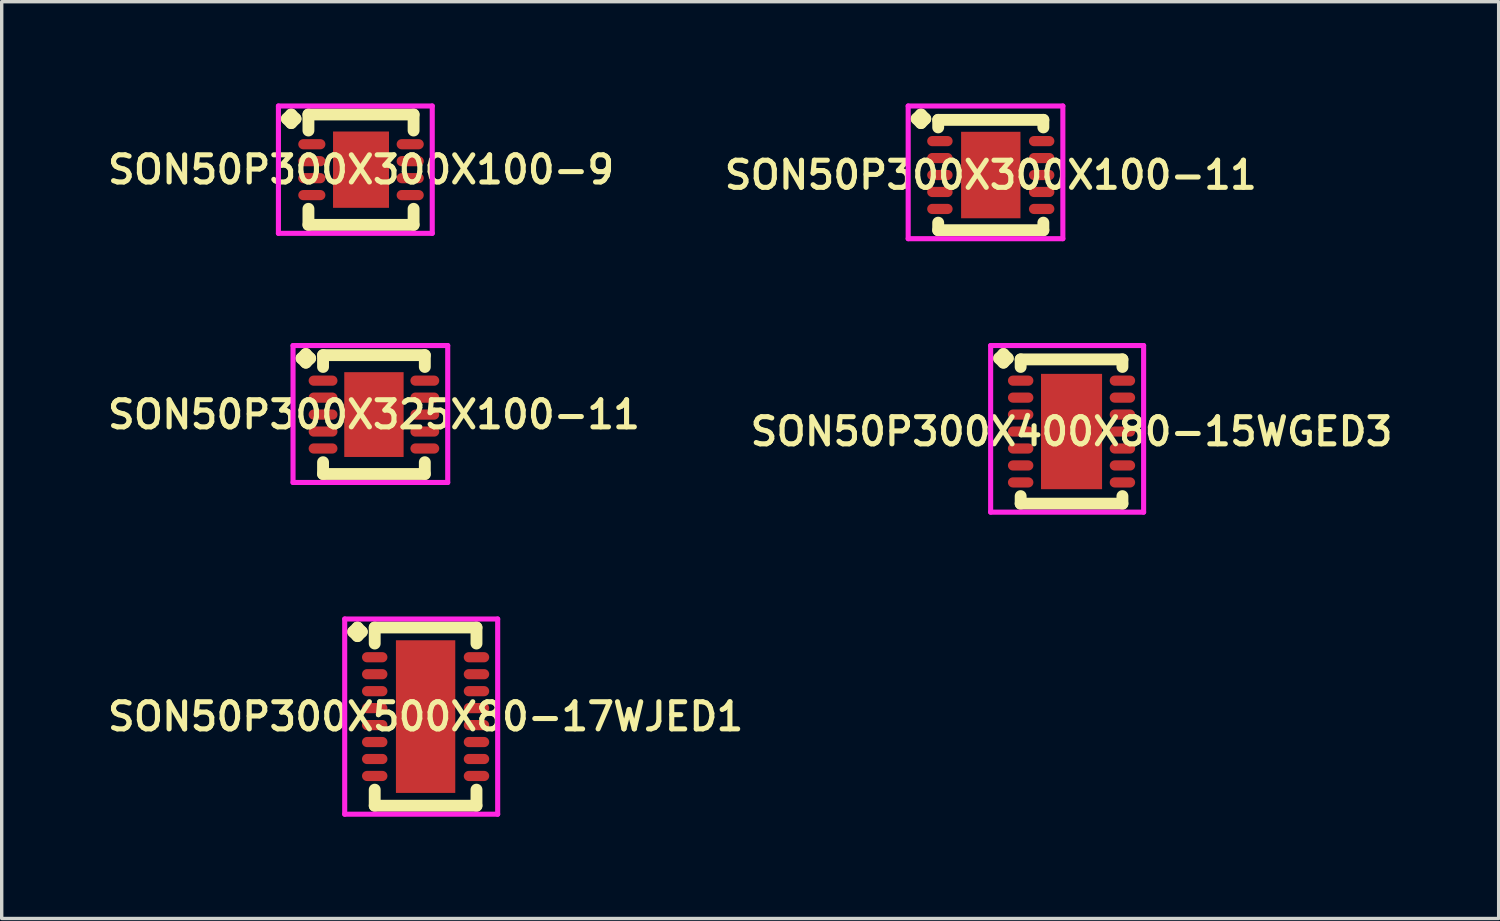
<source format=kicad_pcb>
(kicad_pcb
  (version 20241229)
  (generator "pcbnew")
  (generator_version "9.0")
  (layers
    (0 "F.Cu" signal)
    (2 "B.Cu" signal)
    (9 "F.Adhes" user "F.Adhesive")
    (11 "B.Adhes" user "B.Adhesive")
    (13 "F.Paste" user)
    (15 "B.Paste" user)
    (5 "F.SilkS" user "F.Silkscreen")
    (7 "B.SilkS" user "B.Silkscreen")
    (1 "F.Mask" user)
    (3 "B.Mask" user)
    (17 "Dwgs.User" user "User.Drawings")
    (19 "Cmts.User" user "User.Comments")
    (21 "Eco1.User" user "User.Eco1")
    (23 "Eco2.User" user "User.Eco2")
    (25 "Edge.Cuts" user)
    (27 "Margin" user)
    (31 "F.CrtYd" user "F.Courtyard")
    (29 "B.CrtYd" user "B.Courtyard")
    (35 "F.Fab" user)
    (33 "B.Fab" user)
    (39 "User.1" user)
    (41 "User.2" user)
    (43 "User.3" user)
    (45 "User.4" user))
  (footprint "SON50P300X325X100-11"
    (layer "F.Cu")
    (at 7.974 9.172)
    (property "Reference" "SON50P300X325X100-11" (at 0 0 0) (layer "F.SilkS") (effects (font (size 0.8 0.8) (thickness 0.15))))
    (attr smd)
    (fp_line (start -2.135 -1.658) (end -2.008 -1.785) (stroke (width 0.35) (type solid)) (layer "F.SilkS"))
    (fp_line (start -2.008 -1.785) (end -1.881 -1.658) (stroke (width 0.35) (type solid)) (layer "F.SilkS"))
    (fp_line (start -2.008 -1.531) (end -2.135 -1.658) (stroke (width 0.35) (type solid)) (layer "F.SilkS"))
    (fp_line (start -1.881 -1.658) (end -2.008 -1.531) (stroke (width 0.35) (type solid)) (layer "F.SilkS"))
    (fp_line (start -1.5 -1.752) (end 1.5 -1.752) (stroke (width 0.35) (type solid)) (layer "F.SilkS"))
    (fp_line (start -1.5 -1.404) (end -1.5 -1.752) (stroke (width 0.35) (type solid)) (layer "F.SilkS"))
    (fp_line (start -1.5 1.404) (end -1.5 1.752) (stroke (width 0.35) (type solid)) (layer "F.SilkS"))
    (fp_line (start -1.5 1.752) (end 1.5 1.752) (stroke (width 0.35) (type solid)) (layer "F.SilkS"))
    (fp_line (start 1.5 -1.752) (end 1.5 -1.404) (stroke (width 0.35) (type solid)) (layer "F.SilkS"))
    (fp_line (start 1.5 1.752) (end 1.5 1.404) (stroke (width 0.35) (type solid)) (layer "F.SilkS"))
    (fp_line (start -2.385 -2.035) (end 2.175 -2.035) (stroke (width 0.15) (type solid)) (layer "F.CrtYd"))
    (fp_line (start -2.385 2.002) (end -2.385 -2.035) (stroke (width 0.15) (type solid)) (layer "F.CrtYd"))
    (fp_line (start 2.175 -2.035) (end 2.175 2.002) (stroke (width 0.15) (type solid)) (layer "F.CrtYd"))
    (fp_line (start 2.175 2.002) (end -2.385 2.002) (stroke (width 0.15) (type solid)) (layer "F.CrtYd"))
    (pad "1" smd oval (at -1.5 -1) (size 0.85 0.3) (layers "F.Cu" "F.Mask" "F.Paste"))
    (pad "2" smd oval (at -1.5 -0.5) (size 0.85 0.3) (layers "F.Cu" "F.Mask" "F.Paste"))
    (pad "3" smd oval (at -1.5 0) (size 0.85 0.3) (layers "F.Cu" "F.Mask" "F.Paste"))
    (pad "4" smd oval (at -1.5 0.5) (size 0.85 0.3) (layers "F.Cu" "F.Mask" "F.Paste"))
    (pad "5" smd oval (at -1.5 1) (size 0.85 0.3) (layers "F.Cu" "F.Mask" "F.Paste"))
    (pad "6" smd oval (at 1.5 1) (size 0.85 0.3) (layers "F.Cu" "F.Mask" "F.Paste"))
    (pad "7" smd oval (at 1.5 0.5) (size 0.85 0.3) (layers "F.Cu" "F.Mask" "F.Paste"))
    (pad "8" smd oval (at 1.5 0) (size 0.85 0.3) (layers "F.Cu" "F.Mask" "F.Paste"))
    (pad "9" smd oval (at 1.5 -0.5) (size 0.85 0.3) (layers "F.Cu" "F.Mask" "F.Paste"))
    (pad "10" smd oval (at 1.5 -1) (size 0.85 0.3) (layers "F.Cu" "F.Mask" "F.Paste"))
    (pad "11" smd rect (at 0 0) (size 1.75 2.5) (layers "F.Cu" "F.Mask" "F.Paste")))
  (footprint "SON50P300X300X100-9"
    (layer "F.Cu")
    (at 7.593 1.952)
    (property "Reference" "SON50P300X300X100-9" (at 0 0 0) (layer "F.SilkS") (effects (font (size 0.8 0.8) (thickness 0.15))))
    (attr smd)
    (fp_line (start -2.185 -1.5) (end -2.058 -1.627) (stroke (width 0.35) (type solid)) (layer "F.SilkS"))
    (fp_line (start -2.058 -1.627) (end -1.931 -1.5) (stroke (width 0.35) (type solid)) (layer "F.SilkS"))
    (fp_line (start -2.058 -1.373) (end -2.185 -1.5) (stroke (width 0.35) (type solid)) (layer "F.SilkS"))
    (fp_line (start -1.931 -1.5) (end -2.058 -1.373) (stroke (width 0.35) (type solid)) (layer "F.SilkS"))
    (fp_line (start -1.55 -1.627) (end 1.55 -1.627) (stroke (width 0.35) (type solid)) (layer "F.SilkS"))
    (fp_line (start -1.55 -1.154) (end -1.55 -1.627) (stroke (width 0.35) (type solid)) (layer "F.SilkS"))
    (fp_line (start -1.55 1.154) (end -1.55 1.627) (stroke (width 0.35) (type solid)) (layer "F.SilkS"))
    (fp_line (start -1.55 1.627) (end 1.55 1.627) (stroke (width 0.35) (type solid)) (layer "F.SilkS"))
    (fp_line (start 1.55 -1.627) (end 1.55 -1.154) (stroke (width 0.35) (type solid)) (layer "F.SilkS"))
    (fp_line (start 1.55 1.627) (end 1.55 1.154) (stroke (width 0.35) (type solid)) (layer "F.SilkS"))
    (fp_line (start -2.435 -1.877) (end 2.1 -1.877) (stroke (width 0.15) (type solid)) (layer "F.CrtYd"))
    (fp_line (start -2.435 1.877) (end -2.435 -1.877) (stroke (width 0.15) (type solid)) (layer "F.CrtYd"))
    (fp_line (start 2.1 -1.877) (end 2.1 1.877) (stroke (width 0.15) (type solid)) (layer "F.CrtYd"))
    (fp_line (start 2.1 1.877) (end -2.435 1.877) (stroke (width 0.15) (type solid)) (layer "F.CrtYd"))
    (pad "1" smd oval (at -1.45 -0.75) (size 0.8 0.3) (layers "F.Cu" "F.Mask" "F.Paste"))
    (pad "2" smd oval (at -1.45 -0.25) (size 0.8 0.3) (layers "F.Cu" "F.Mask" "F.Paste"))
    (pad "3" smd oval (at -1.45 0.25) (size 0.8 0.3) (layers "F.Cu" "F.Mask" "F.Paste"))
    (pad "4" smd oval (at -1.45 0.75) (size 0.8 0.3) (layers "F.Cu" "F.Mask" "F.Paste"))
    (pad "5" smd oval (at 1.45 0.75) (size 0.8 0.3) (layers "F.Cu" "F.Mask" "F.Paste"))
    (pad "6" smd oval (at 1.45 0.25) (size 0.8 0.3) (layers "F.Cu" "F.Mask" "F.Paste"))
    (pad "7" smd oval (at 1.45 -0.25) (size 0.8 0.3) (layers "F.Cu" "F.Mask" "F.Paste"))
    (pad "8" smd oval (at 1.45 -0.75) (size 0.8 0.3) (layers "F.Cu" "F.Mask" "F.Paste"))
    (pad "9" smd rect (at 0 0) (size 1.65 2.25) (layers "F.Cu" "F.Mask" "F.Paste")))
  (footprint "SON50P300X400X80-15WGED3"
    (layer "F.Cu")
    (at 28.54 9.672)
    (property "Reference" "SON50P300X400X80-15WGED3" (at 0 0 0) (layer "F.SilkS") (effects (font (size 0.8 0.8) (thickness 0.15))))
    (attr smd)
    (fp_line (start -2.135 -2.158) (end -2.008 -2.285) (stroke (width 0.35) (type solid)) (layer "F.SilkS"))
    (fp_line (start -2.008 -2.285) (end -1.881 -2.158) (stroke (width 0.35) (type solid)) (layer "F.SilkS"))
    (fp_line (start -2.008 -2.031) (end -2.135 -2.158) (stroke (width 0.35) (type solid)) (layer "F.SilkS"))
    (fp_line (start -1.881 -2.158) (end -2.008 -2.031) (stroke (width 0.35) (type solid)) (layer "F.SilkS"))
    (fp_line (start -1.5 -2.127) (end 1.5 -2.127) (stroke (width 0.35) (type solid)) (layer "F.SilkS"))
    (fp_line (start -1.5 -1.904) (end -1.5 -2.127) (stroke (width 0.35) (type solid)) (layer "F.SilkS"))
    (fp_line (start -1.5 1.904) (end -1.5 2.127) (stroke (width 0.35) (type solid)) (layer "F.SilkS"))
    (fp_line (start -1.5 2.127) (end 1.5 2.127) (stroke (width 0.35) (type solid)) (layer "F.SilkS"))
    (fp_line (start 1.5 -2.127) (end 1.5 -1.904) (stroke (width 0.35) (type solid)) (layer "F.SilkS"))
    (fp_line (start 1.5 2.127) (end 1.5 1.904) (stroke (width 0.35) (type solid)) (layer "F.SilkS"))
    (fp_line (start -2.385 -2.535) (end 2.125 -2.535) (stroke (width 0.15) (type solid)) (layer "F.CrtYd"))
    (fp_line (start -2.385 2.377) (end -2.385 -2.535) (stroke (width 0.15) (type solid)) (layer "F.CrtYd"))
    (fp_line (start 2.125 -2.535) (end 2.125 2.377) (stroke (width 0.15) (type solid)) (layer "F.CrtYd"))
    (fp_line (start 2.125 2.377) (end -2.385 2.377) (stroke (width 0.15) (type solid)) (layer "F.CrtYd"))
    (pad "1" smd oval (at -1.5 -1.5) (size 0.75 0.3) (layers "F.Cu" "F.Mask" "F.Paste"))
    (pad "2" smd oval (at -1.5 -1) (size 0.75 0.3) (layers "F.Cu" "F.Mask" "F.Paste"))
    (pad "3" smd oval (at -1.5 -0.5) (size 0.75 0.3) (layers "F.Cu" "F.Mask" "F.Paste"))
    (pad "4" smd oval (at -1.5 0) (size 0.75 0.3) (layers "F.Cu" "F.Mask" "F.Paste"))
    (pad "5" smd oval (at -1.5 0.5) (size 0.75 0.3) (layers "F.Cu" "F.Mask" "F.Paste"))
    (pad "6" smd oval (at -1.5 1) (size 0.75 0.3) (layers "F.Cu" "F.Mask" "F.Paste"))
    (pad "7" smd oval (at -1.5 1.5) (size 0.75 0.3) (layers "F.Cu" "F.Mask" "F.Paste"))
    (pad "8" smd oval (at 1.5 1.5) (size 0.75 0.3) (layers "F.Cu" "F.Mask" "F.Paste"))
    (pad "9" smd oval (at 1.5 1) (size 0.75 0.3) (layers "F.Cu" "F.Mask" "F.Paste"))
    (pad "10" smd oval (at 1.5 0.5) (size 0.75 0.3) (layers "F.Cu" "F.Mask" "F.Paste"))
    (pad "11" smd oval (at 1.5 0) (size 0.75 0.3) (layers "F.Cu" "F.Mask" "F.Paste"))
    (pad "12" smd oval (at 1.5 -0.5) (size 0.75 0.3) (layers "F.Cu" "F.Mask" "F.Paste"))
    (pad "13" smd oval (at 1.5 -1) (size 0.75 0.3) (layers "F.Cu" "F.Mask" "F.Paste"))
    (pad "14" smd oval (at 1.5 -1.5) (size 0.75 0.3) (layers "F.Cu" "F.Mask" "F.Paste"))
    (pad "15" smd rect (at 0 0) (size 1.8 3.4) (layers "F.Cu" "F.Mask" "F.Paste")))
  (footprint "SON50P300X300X100-11"
    (layer "F.Cu")
    (at 26.159 2.11)
    (property "Reference" "SON50P300X300X100-11" (at 0 0 0) (layer "F.SilkS") (effects (font (size 0.8 0.8) (thickness 0.15))))
    (attr smd)
    (fp_line (start -2.185 -1.658) (end -2.058 -1.785) (stroke (width 0.35) (type solid)) (layer "F.SilkS"))
    (fp_line (start -2.058 -1.785) (end -1.931 -1.658) (stroke (width 0.35) (type solid)) (layer "F.SilkS"))
    (fp_line (start -2.058 -1.531) (end -2.185 -1.658) (stroke (width 0.35) (type solid)) (layer "F.SilkS"))
    (fp_line (start -1.931 -1.658) (end -2.058 -1.531) (stroke (width 0.35) (type solid)) (layer "F.SilkS"))
    (fp_line (start -1.55 -1.627) (end 1.55 -1.627) (stroke (width 0.35) (type solid)) (layer "F.SilkS"))
    (fp_line (start -1.55 -1.404) (end -1.55 -1.627) (stroke (width 0.35) (type solid)) (layer "F.SilkS"))
    (fp_line (start -1.55 1.404) (end -1.55 1.627) (stroke (width 0.35) (type solid)) (layer "F.SilkS"))
    (fp_line (start -1.55 1.627) (end 1.55 1.627) (stroke (width 0.35) (type solid)) (layer "F.SilkS"))
    (fp_line (start 1.55 -1.627) (end 1.55 -1.404) (stroke (width 0.35) (type solid)) (layer "F.SilkS"))
    (fp_line (start 1.55 1.627) (end 1.55 1.404) (stroke (width 0.35) (type solid)) (layer "F.SilkS"))
    (fp_line (start -2.435 -2.035) (end 2.125 -2.035) (stroke (width 0.15) (type solid)) (layer "F.CrtYd"))
    (fp_line (start -2.435 1.877) (end -2.435 -2.035) (stroke (width 0.15) (type solid)) (layer "F.CrtYd"))
    (fp_line (start 2.125 -2.035) (end 2.125 1.877) (stroke (width 0.15) (type solid)) (layer "F.CrtYd"))
    (fp_line (start 2.125 1.877) (end -2.435 1.877) (stroke (width 0.15) (type solid)) (layer "F.CrtYd"))
    (pad "1" smd oval (at -1.5 -1) (size 0.75 0.3) (layers "F.Cu" "F.Mask" "F.Paste"))
    (pad "2" smd oval (at -1.5 -0.5) (size 0.75 0.3) (layers "F.Cu" "F.Mask" "F.Paste"))
    (pad "3" smd oval (at -1.5 0) (size 0.75 0.3) (layers "F.Cu" "F.Mask" "F.Paste"))
    (pad "4" smd oval (at -1.5 0.5) (size 0.75 0.3) (layers "F.Cu" "F.Mask" "F.Paste"))
    (pad "5" smd oval (at -1.5 1) (size 0.75 0.3) (layers "F.Cu" "F.Mask" "F.Paste"))
    (pad "6" smd oval (at 1.5 1) (size 0.75 0.3) (layers "F.Cu" "F.Mask" "F.Paste"))
    (pad "7" smd oval (at 1.5 0.5) (size 0.75 0.3) (layers "F.Cu" "F.Mask" "F.Paste"))
    (pad "8" smd oval (at 1.5 0) (size 0.75 0.3) (layers "F.Cu" "F.Mask" "F.Paste"))
    (pad "9" smd oval (at 1.5 -0.5) (size 0.75 0.3) (layers "F.Cu" "F.Mask" "F.Paste"))
    (pad "10" smd oval (at 1.5 -1) (size 0.75 0.3) (layers "F.Cu" "F.Mask" "F.Paste"))
    (pad "11" smd rect (at 0 0) (size 1.75 2.55) (layers "F.Cu" "F.Mask" "F.Paste")))
  (footprint "SON50P300X500X80-17WJED1"
    (layer "F.Cu")
    (at 9.497 18.076)
    (property "Reference" "SON50P300X500X80-17WJED1" (at 0 0 0) (layer "F.SilkS") (effects (font (size 0.8 0.8) (thickness 0.15))))
    (attr smd)
    (fp_line (start -2.135 -2.5) (end -2.008 -2.627) (stroke (width 0.35) (type solid)) (layer "F.SilkS"))
    (fp_line (start -2.008 -2.627) (end -1.881 -2.5) (stroke (width 0.35) (type solid)) (layer "F.SilkS"))
    (fp_line (start -2.008 -2.373) (end -2.135 -2.5) (stroke (width 0.35) (type solid)) (layer "F.SilkS"))
    (fp_line (start -1.881 -2.5) (end -2.008 -2.373) (stroke (width 0.35) (type solid)) (layer "F.SilkS"))
    (fp_line (start -1.5 -2.627) (end 1.5 -2.627) (stroke (width 0.35) (type solid)) (layer "F.SilkS"))
    (fp_line (start -1.5 -2.154) (end -1.5 -2.627) (stroke (width 0.35) (type solid)) (layer "F.SilkS"))
    (fp_line (start -1.5 2.154) (end -1.5 2.627) (stroke (width 0.35) (type solid)) (layer "F.SilkS"))
    (fp_line (start -1.5 2.627) (end 1.5 2.627) (stroke (width 0.35) (type solid)) (layer "F.SilkS"))
    (fp_line (start 1.5 -2.627) (end 1.5 -2.154) (stroke (width 0.35) (type solid)) (layer "F.SilkS"))
    (fp_line (start 1.5 2.627) (end 1.5 2.154) (stroke (width 0.35) (type solid)) (layer "F.SilkS"))
    (fp_line (start -2.385 -2.877) (end 2.125 -2.877) (stroke (width 0.15) (type solid)) (layer "F.CrtYd"))
    (fp_line (start -2.385 2.877) (end -2.385 -2.877) (stroke (width 0.15) (type solid)) (layer "F.CrtYd"))
    (fp_line (start 2.125 -2.877) (end 2.125 2.877) (stroke (width 0.15) (type solid)) (layer "F.CrtYd"))
    (fp_line (start 2.125 2.877) (end -2.385 2.877) (stroke (width 0.15) (type solid)) (layer "F.CrtYd"))
    (pad "1" smd oval (at -1.5 -1.75) (size 0.75 0.3) (layers "F.Cu" "F.Mask" "F.Paste"))
    (pad "2" smd oval (at -1.5 -1.25) (size 0.75 0.3) (layers "F.Cu" "F.Mask" "F.Paste"))
    (pad "3" smd oval (at -1.5 -0.75) (size 0.75 0.3) (layers "F.Cu" "F.Mask" "F.Paste"))
    (pad "4" smd oval (at -1.5 -0.25) (size 0.75 0.3) (layers "F.Cu" "F.Mask" "F.Paste"))
    (pad "5" smd oval (at -1.5 0.25) (size 0.75 0.3) (layers "F.Cu" "F.Mask" "F.Paste"))
    (pad "6" smd oval (at -1.5 0.75) (size 0.75 0.3) (layers "F.Cu" "F.Mask" "F.Paste"))
    (pad "7" smd oval (at -1.5 1.25) (size 0.75 0.3) (layers "F.Cu" "F.Mask" "F.Paste"))
    (pad "8" smd oval (at -1.5 1.75) (size 0.75 0.3) (layers "F.Cu" "F.Mask" "F.Paste"))
    (pad "9" smd oval (at 1.5 1.75) (size 0.75 0.3) (layers "F.Cu" "F.Mask" "F.Paste"))
    (pad "10" smd oval (at 1.5 1.25) (size 0.75 0.3) (layers "F.Cu" "F.Mask" "F.Paste"))
    (pad "11" smd oval (at 1.5 0.75) (size 0.75 0.3) (layers "F.Cu" "F.Mask" "F.Paste"))
    (pad "12" smd oval (at 1.5 0.25) (size 0.75 0.3) (layers "F.Cu" "F.Mask" "F.Paste"))
    (pad "13" smd oval (at 1.5 -0.25) (size 0.75 0.3) (layers "F.Cu" "F.Mask" "F.Paste"))
    (pad "14" smd oval (at 1.5 -0.75) (size 0.75 0.3) (layers "F.Cu" "F.Mask" "F.Paste"))
    (pad "15" smd oval (at 1.5 -1.25) (size 0.75 0.3) (layers "F.Cu" "F.Mask" "F.Paste"))
    (pad "16" smd oval (at 1.5 -1.75) (size 0.75 0.3) (layers "F.Cu" "F.Mask" "F.Paste"))
    (pad "17" smd rect (at 0 0) (size 1.75 4.5) (layers "F.Cu" "F.Mask" "F.Paste")))
  (gr_rect
    (start -3 -3)
    (end 41.132 24.028)
    (stroke (width 0.1) (type default))
    (fill no)
    (layer "Edge.Cuts")))
</source>
